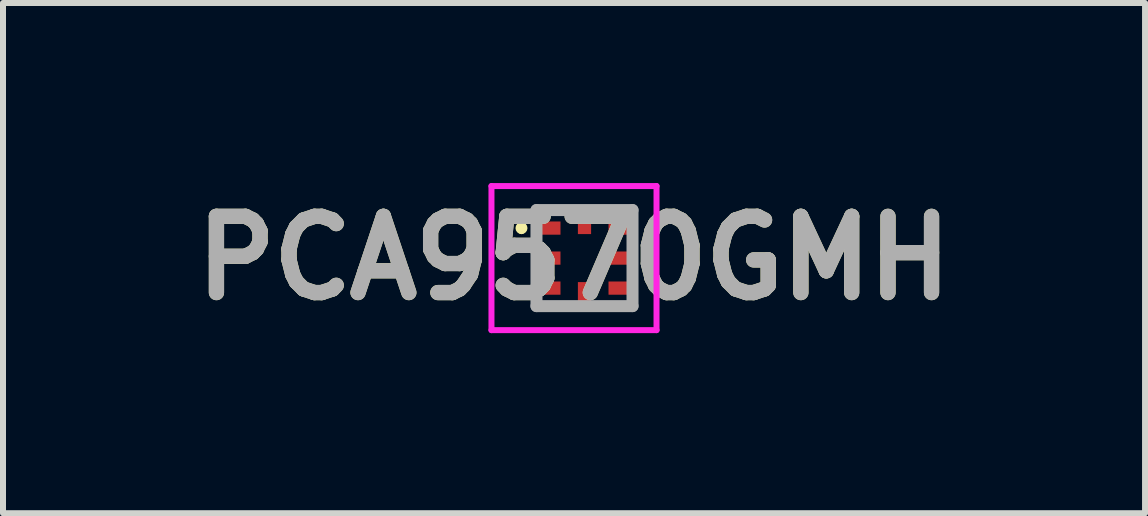
<source format=kicad_pcb>
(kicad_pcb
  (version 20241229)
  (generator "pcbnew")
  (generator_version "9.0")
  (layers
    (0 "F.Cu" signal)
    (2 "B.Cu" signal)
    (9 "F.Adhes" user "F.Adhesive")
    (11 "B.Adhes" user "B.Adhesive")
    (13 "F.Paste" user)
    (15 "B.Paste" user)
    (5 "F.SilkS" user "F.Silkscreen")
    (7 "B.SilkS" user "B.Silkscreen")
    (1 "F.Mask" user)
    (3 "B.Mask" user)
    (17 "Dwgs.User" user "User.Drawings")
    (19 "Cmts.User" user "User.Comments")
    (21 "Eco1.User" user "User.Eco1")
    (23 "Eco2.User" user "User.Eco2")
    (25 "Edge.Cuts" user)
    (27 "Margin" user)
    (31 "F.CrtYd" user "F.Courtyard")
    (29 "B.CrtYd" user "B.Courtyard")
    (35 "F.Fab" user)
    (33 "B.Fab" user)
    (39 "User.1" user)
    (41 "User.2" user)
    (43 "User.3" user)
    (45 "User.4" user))
  (footprint "PCA9570GMH"
    (layer "F.Cu")
    (at 6.688 1.25)
    (property "Reference" "PCA9570GMH" (at -0.175 0 0) (layer "F.SilkS") (effects (font (size 1.27 1.27) (thickness 0.254))))
    (attr smd)
    (fp_line (start -1.05 -0.55) (end -1.05 -0.55) (stroke (width 0.1) (type solid)) (layer "F.SilkS"))
    (fp_line (start -1.05 -0.45) (end -1.05 -0.45) (stroke (width 0.1) (type solid)) (layer "F.SilkS"))
    (fp_line (start -0.8 -0.8) (end -0.2 -0.8) (stroke (width 0.1) (type solid)) (layer "F.SilkS"))
    (fp_line (start -0.2 0.8) (end -0.8 0.8) (stroke (width 0.1) (type solid)) (layer "F.SilkS"))
    (fp_line (start 0.2 -0.8) (end 0.8 -0.8) (stroke (width 0.1) (type solid)) (layer "F.SilkS"))
    (fp_line (start 0.8 0.8) (end 0.2 0.8) (stroke (width 0.1) (type solid)) (layer "F.SilkS"))
    (fp_arc (start -1.05 -0.55) (mid -1 -0.5) (end -1.05 -0.45) (stroke (width 0.1) (type solid)) (layer "F.SilkS"))
    (fp_arc (start -1.05 -0.45) (mid -1.1 -0.5) (end -1.05 -0.55) (stroke (width 0.1) (type solid)) (layer "F.SilkS"))
    (fp_line (start -1.55 -1.2) (end 1.2 -1.2) (stroke (width 0.1) (type solid)) (layer "F.CrtYd"))
    (fp_line (start -1.55 1.2) (end -1.55 -1.2) (stroke (width 0.1) (type solid)) (layer "F.CrtYd"))
    (fp_line (start 1.2 -1.2) (end 1.2 1.2) (stroke (width 0.1) (type solid)) (layer "F.CrtYd"))
    (fp_line (start 1.2 1.2) (end -1.55 1.2) (stroke (width 0.1) (type solid)) (layer "F.CrtYd"))
    (fp_line (start -0.8 -0.8) (end 0.8 -0.8) (stroke (width 0.2) (type solid)) (layer "F.Fab"))
    (fp_line (start -0.8 0.8) (end -0.8 -0.8) (stroke (width 0.2) (type solid)) (layer "F.Fab"))
    (fp_line (start 0.8 -0.8) (end 0.8 0.8) (stroke (width 0.2) (type solid)) (layer "F.Fab"))
    (fp_line (start 0.8 0.8) (end -0.8 0.8) (stroke (width 0.2) (type solid)) (layer "F.Fab"))
    (fp_text user "${REFERENCE}" (at -0.175 0 0) (layer "F.Fab") (effects (font (size 1.27 1.27) (thickness 0.254))))
    (pad "1" smd rect (at -0.6 -0.5 90) (size 0.22 0.4) (layers "F.Cu" "F.Mask" "F.Paste"))
    (pad "2" smd rect (at -0.6 0 90) (size 0.22 0.4) (layers "F.Cu" "F.Mask" "F.Paste"))
    (pad "3" smd rect (at -0.6 0.5 90) (size 0.22 0.4) (layers "F.Cu" "F.Mask" "F.Paste"))
    (pad "4" smd rect (at 0 0.6) (size 0.22 0.4) (layers "F.Cu" "F.Mask" "F.Paste"))
    (pad "5" smd rect (at 0.6 0.5 90) (size 0.22 0.4) (layers "F.Cu" "F.Mask" "F.Paste"))
    (pad "6" smd rect (at 0.6 0 90) (size 0.22 0.4) (layers "F.Cu" "F.Mask" "F.Paste"))
    (pad "7" smd rect (at 0.6 -0.5 90) (size 0.22 0.4) (layers "F.Cu" "F.Mask" "F.Paste"))
    (pad "8" smd rect (at 0 -0.6) (size 0.22 0.4) (layers "F.Cu" "F.Mask" "F.Paste")))
  (gr_rect
    (start -3 -3)
    (end 16.027 5.5)
    (stroke (width 0.1) (type default))
    (fill no)
    (layer "Edge.Cuts")))
</source>
